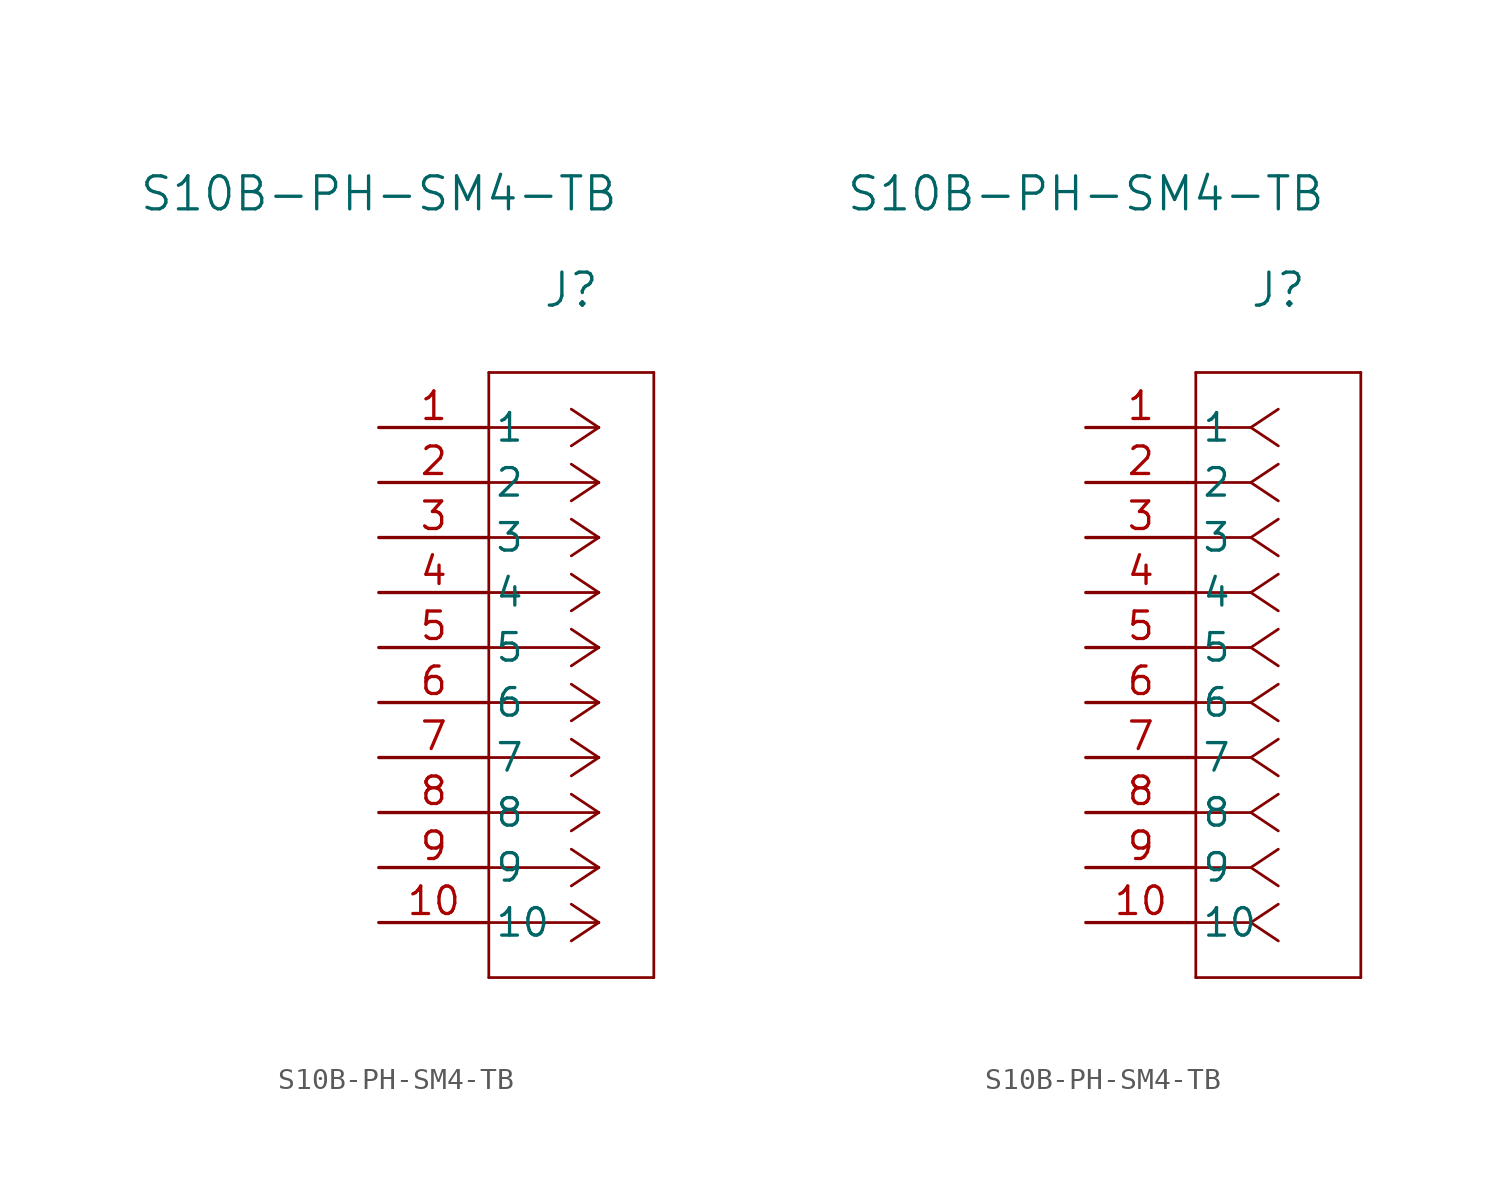
<source format=kicad_sym>
(kicad_symbol_lib
  (version 20220914)
  (generator kicad_symbol_editor)
  (symbol "S10B-PH-SM4-TB"
    (pin_names
      (offset 0.254))
    (property "Reference" "J"
      (at 8.89 6.35 0)
      (effects (font (size 1.524 1.524))))
    (property "Value" "S10B-PH-SM4-TB"
      (at 0 10.795 0)
      (effects (font (size 1.524 1.524))))
    (property "ki_locked" ""
      (at 0 0 0)
      (effects (font (size 1.27 1.27))))
    (symbol "S10B-PH-SM4-TB_1_1"
      (polyline (pts (xy 5.08 -25.4) (xy 12.7 -25.4)) (stroke (width 0.127) (type default)) (fill (type none)))
      (polyline (pts (xy 5.08 2.54) (xy 5.08 -25.4)) (stroke (width 0.127) (type default)) (fill (type none)))
      (polyline (pts (xy 10.16 -22.86) (xy 5.08 -22.86)) (stroke (width 0.127) (type default)) (fill (type none)))
      (polyline (pts (xy 10.16 -22.86) (xy 8.89 -23.707)) (stroke (width 0.127) (type default)) (fill (type none)))
      (polyline (pts (xy 10.16 -22.86) (xy 8.89 -22.013)) (stroke (width 0.127) (type default)) (fill (type none)))
      (polyline (pts (xy 10.16 -20.32) (xy 5.08 -20.32)) (stroke (width 0.127) (type default)) (fill (type none)))
      (polyline (pts (xy 10.16 -20.32) (xy 8.89 -21.167)) (stroke (width 0.127) (type default)) (fill (type none)))
      (polyline (pts (xy 10.16 -20.32) (xy 8.89 -19.473)) (stroke (width 0.127) (type default)) (fill (type none)))
      (polyline (pts (xy 10.16 -17.78) (xy 5.08 -17.78)) (stroke (width 0.127) (type default)) (fill (type none)))
      (polyline (pts (xy 10.16 -17.78) (xy 8.89 -18.627)) (stroke (width 0.127) (type default)) (fill (type none)))
      (polyline (pts (xy 10.16 -17.78) (xy 8.89 -16.933)) (stroke (width 0.127) (type default)) (fill (type none)))
      (polyline (pts (xy 10.16 -15.24) (xy 5.08 -15.24)) (stroke (width 0.127) (type default)) (fill (type none)))
      (polyline (pts (xy 10.16 -15.24) (xy 8.89 -16.087)) (stroke (width 0.127) (type default)) (fill (type none)))
      (polyline (pts (xy 10.16 -15.24) (xy 8.89 -14.393)) (stroke (width 0.127) (type default)) (fill (type none)))
      (polyline (pts (xy 10.16 -12.7) (xy 5.08 -12.7)) (stroke (width 0.127) (type default)) (fill (type none)))
      (polyline (pts (xy 10.16 -12.7) (xy 8.89 -13.547)) (stroke (width 0.127) (type default)) (fill (type none)))
      (polyline (pts (xy 10.16 -12.7) (xy 8.89 -11.853)) (stroke (width 0.127) (type default)) (fill (type none)))
      (polyline (pts (xy 10.16 -10.16) (xy 5.08 -10.16)) (stroke (width 0.127) (type default)) (fill (type none)))
      (polyline (pts (xy 10.16 -10.16) (xy 8.89 -11.007)) (stroke (width 0.127) (type default)) (fill (type none)))
      (polyline (pts (xy 10.16 -10.16) (xy 8.89 -9.313)) (stroke (width 0.127) (type default)) (fill (type none)))
      (polyline (pts (xy 10.16 -7.62) (xy 5.08 -7.62)) (stroke (width 0.127) (type default)) (fill (type none)))
      (polyline (pts (xy 10.16 -7.62) (xy 8.89 -8.467)) (stroke (width 0.127) (type default)) (fill (type none)))
      (polyline (pts (xy 10.16 -7.62) (xy 8.89 -6.773)) (stroke (width 0.127) (type default)) (fill (type none)))
      (polyline (pts (xy 10.16 -5.08) (xy 5.08 -5.08)) (stroke (width 0.127) (type default)) (fill (type none)))
      (polyline (pts (xy 10.16 -5.08) (xy 8.89 -5.927)) (stroke (width 0.127) (type default)) (fill (type none)))
      (polyline (pts (xy 10.16 -5.08) (xy 8.89 -4.233)) (stroke (width 0.127) (type default)) (fill (type none)))
      (polyline (pts (xy 10.16 -2.54) (xy 5.08 -2.54)) (stroke (width 0.127) (type default)) (fill (type none)))
      (polyline (pts (xy 10.16 -2.54) (xy 8.89 -3.387)) (stroke (width 0.127) (type default)) (fill (type none)))
      (polyline (pts (xy 10.16 -2.54) (xy 8.89 -1.693)) (stroke (width 0.127) (type default)) (fill (type none)))
      (polyline (pts (xy 10.16 0) (xy 5.08 0)) (stroke (width 0.127) (type default)) (fill (type none)))
      (polyline (pts (xy 10.16 0) (xy 8.89 -0.847)) (stroke (width 0.127) (type default)) (fill (type none)))
      (polyline (pts (xy 10.16 0) (xy 8.89 0.847)) (stroke (width 0.127) (type default)) (fill (type none)))
      (polyline (pts (xy 12.7 -25.4) (xy 12.7 2.54)) (stroke (width 0.127) (type default)) (fill (type none)))
      (polyline (pts (xy 12.7 2.54) (xy 5.08 2.54)) (stroke (width 0.127) (type default)) (fill (type none)))
      (pin unspecified line (at 0 0 0) (length 5.08) (name "1" (effects (font (size 1.27 1.27)))) (number "1" (effects (font (size 1.27 1.27)))))
      (pin unspecified line (at 0 -22.86 0) (length 5.08) (name "10" (effects (font (size 1.27 1.27)))) (number "10" (effects (font (size 1.27 1.27)))))
      (pin unspecified line (at 0 -2.54 0) (length 5.08) (name "2" (effects (font (size 1.27 1.27)))) (number "2" (effects (font (size 1.27 1.27)))))
      (pin unspecified line (at 0 -5.08 0) (length 5.08) (name "3" (effects (font (size 1.27 1.27)))) (number "3" (effects (font (size 1.27 1.27)))))
      (pin unspecified line (at 0 -7.62 0) (length 5.08) (name "4" (effects (font (size 1.27 1.27)))) (number "4" (effects (font (size 1.27 1.27)))))
      (pin unspecified line (at 0 -10.16 0) (length 5.08) (name "5" (effects (font (size 1.27 1.27)))) (number "5" (effects (font (size 1.27 1.27)))))
      (pin unspecified line (at 0 -12.7 0) (length 5.08) (name "6" (effects (font (size 1.27 1.27)))) (number "6" (effects (font (size 1.27 1.27)))))
      (pin unspecified line (at 0 -15.24 0) (length 5.08) (name "7" (effects (font (size 1.27 1.27)))) (number "7" (effects (font (size 1.27 1.27)))))
      (pin unspecified line (at 0 -17.78 0) (length 5.08) (name "8" (effects (font (size 1.27 1.27)))) (number "8" (effects (font (size 1.27 1.27)))))
      (pin unspecified line (at 0 -20.32 0) (length 5.08) (name "9" (effects (font (size 1.27 1.27)))) (number "9" (effects (font (size 1.27 1.27))))))
    (symbol "S10B-PH-SM4-TB_1_2"
      (polyline (pts (xy 5.08 -25.4) (xy 12.7 -25.4)) (stroke (width 0.127) (type default)) (fill (type none)))
      (polyline (pts (xy 5.08 2.54) (xy 5.08 -25.4)) (stroke (width 0.127) (type default)) (fill (type none)))
      (polyline (pts (xy 7.62 -22.86) (xy 5.08 -22.86)) (stroke (width 0.127) (type default)) (fill (type none)))
      (polyline (pts (xy 7.62 -22.86) (xy 8.89 -23.707)) (stroke (width 0.127) (type default)) (fill (type none)))
      (polyline (pts (xy 7.62 -22.86) (xy 8.89 -22.013)) (stroke (width 0.127) (type default)) (fill (type none)))
      (polyline (pts (xy 7.62 -20.32) (xy 5.08 -20.32)) (stroke (width 0.127) (type default)) (fill (type none)))
      (polyline (pts (xy 7.62 -20.32) (xy 8.89 -21.167)) (stroke (width 0.127) (type default)) (fill (type none)))
      (polyline (pts (xy 7.62 -20.32) (xy 8.89 -19.473)) (stroke (width 0.127) (type default)) (fill (type none)))
      (polyline (pts (xy 7.62 -17.78) (xy 5.08 -17.78)) (stroke (width 0.127) (type default)) (fill (type none)))
      (polyline (pts (xy 7.62 -17.78) (xy 8.89 -18.627)) (stroke (width 0.127) (type default)) (fill (type none)))
      (polyline (pts (xy 7.62 -17.78) (xy 8.89 -16.933)) (stroke (width 0.127) (type default)) (fill (type none)))
      (polyline (pts (xy 7.62 -15.24) (xy 5.08 -15.24)) (stroke (width 0.127) (type default)) (fill (type none)))
      (polyline (pts (xy 7.62 -15.24) (xy 8.89 -16.087)) (stroke (width 0.127) (type default)) (fill (type none)))
      (polyline (pts (xy 7.62 -15.24) (xy 8.89 -14.393)) (stroke (width 0.127) (type default)) (fill (type none)))
      (polyline (pts (xy 7.62 -12.7) (xy 5.08 -12.7)) (stroke (width 0.127) (type default)) (fill (type none)))
      (polyline (pts (xy 7.62 -12.7) (xy 8.89 -13.547)) (stroke (width 0.127) (type default)) (fill (type none)))
      (polyline (pts (xy 7.62 -12.7) (xy 8.89 -11.853)) (stroke (width 0.127) (type default)) (fill (type none)))
      (polyline (pts (xy 7.62 -10.16) (xy 5.08 -10.16)) (stroke (width 0.127) (type default)) (fill (type none)))
      (polyline (pts (xy 7.62 -10.16) (xy 8.89 -11.007)) (stroke (width 0.127) (type default)) (fill (type none)))
      (polyline (pts (xy 7.62 -10.16) (xy 8.89 -9.313)) (stroke (width 0.127) (type default)) (fill (type none)))
      (polyline (pts (xy 7.62 -7.62) (xy 5.08 -7.62)) (stroke (width 0.127) (type default)) (fill (type none)))
      (polyline (pts (xy 7.62 -7.62) (xy 8.89 -8.467)) (stroke (width 0.127) (type default)) (fill (type none)))
      (polyline (pts (xy 7.62 -7.62) (xy 8.89 -6.773)) (stroke (width 0.127) (type default)) (fill (type none)))
      (polyline (pts (xy 7.62 -5.08) (xy 5.08 -5.08)) (stroke (width 0.127) (type default)) (fill (type none)))
      (polyline (pts (xy 7.62 -5.08) (xy 8.89 -5.927)) (stroke (width 0.127) (type default)) (fill (type none)))
      (polyline (pts (xy 7.62 -5.08) (xy 8.89 -4.233)) (stroke (width 0.127) (type default)) (fill (type none)))
      (polyline (pts (xy 7.62 -2.54) (xy 5.08 -2.54)) (stroke (width 0.127) (type default)) (fill (type none)))
      (polyline (pts (xy 7.62 -2.54) (xy 8.89 -3.387)) (stroke (width 0.127) (type default)) (fill (type none)))
      (polyline (pts (xy 7.62 -2.54) (xy 8.89 -1.693)) (stroke (width 0.127) (type default)) (fill (type none)))
      (polyline (pts (xy 7.62 0) (xy 5.08 0)) (stroke (width 0.127) (type default)) (fill (type none)))
      (polyline (pts (xy 7.62 0) (xy 8.89 -0.847)) (stroke (width 0.127) (type default)) (fill (type none)))
      (polyline (pts (xy 7.62 0) (xy 8.89 0.847)) (stroke (width 0.127) (type default)) (fill (type none)))
      (polyline (pts (xy 12.7 -25.4) (xy 12.7 2.54)) (stroke (width 0.127) (type default)) (fill (type none)))
      (polyline (pts (xy 12.7 2.54) (xy 5.08 2.54)) (stroke (width 0.127) (type default)) (fill (type none)))
      (pin unspecified line (at 0 0 0) (length 5.08) (name "1" (effects (font (size 1.27 1.27)))) (number "1" (effects (font (size 1.27 1.27)))))
      (pin unspecified line (at 0 -22.86 0) (length 5.08) (name "10" (effects (font (size 1.27 1.27)))) (number "10" (effects (font (size 1.27 1.27)))))
      (pin unspecified line (at 0 -2.54 0) (length 5.08) (name "2" (effects (font (size 1.27 1.27)))) (number "2" (effects (font (size 1.27 1.27)))))
      (pin unspecified line (at 0 -5.08 0) (length 5.08) (name "3" (effects (font (size 1.27 1.27)))) (number "3" (effects (font (size 1.27 1.27)))))
      (pin unspecified line (at 0 -7.62 0) (length 5.08) (name "4" (effects (font (size 1.27 1.27)))) (number "4" (effects (font (size 1.27 1.27)))))
      (pin unspecified line (at 0 -10.16 0) (length 5.08) (name "5" (effects (font (size 1.27 1.27)))) (number "5" (effects (font (size 1.27 1.27)))))
      (pin unspecified line (at 0 -12.7 0) (length 5.08) (name "6" (effects (font (size 1.27 1.27)))) (number "6" (effects (font (size 1.27 1.27)))))
      (pin unspecified line (at 0 -15.24 0) (length 5.08) (name "7" (effects (font (size 1.27 1.27)))) (number "7" (effects (font (size 1.27 1.27)))))
      (pin unspecified line (at 0 -17.78 0) (length 5.08) (name "8" (effects (font (size 1.27 1.27)))) (number "8" (effects (font (size 1.27 1.27)))))
      (pin unspecified line (at 0 -20.32 0) (length 5.08) (name "9" (effects (font (size 1.27 1.27)))) (number "9" (effects (font (size 1.27 1.27))))))))
</source>
